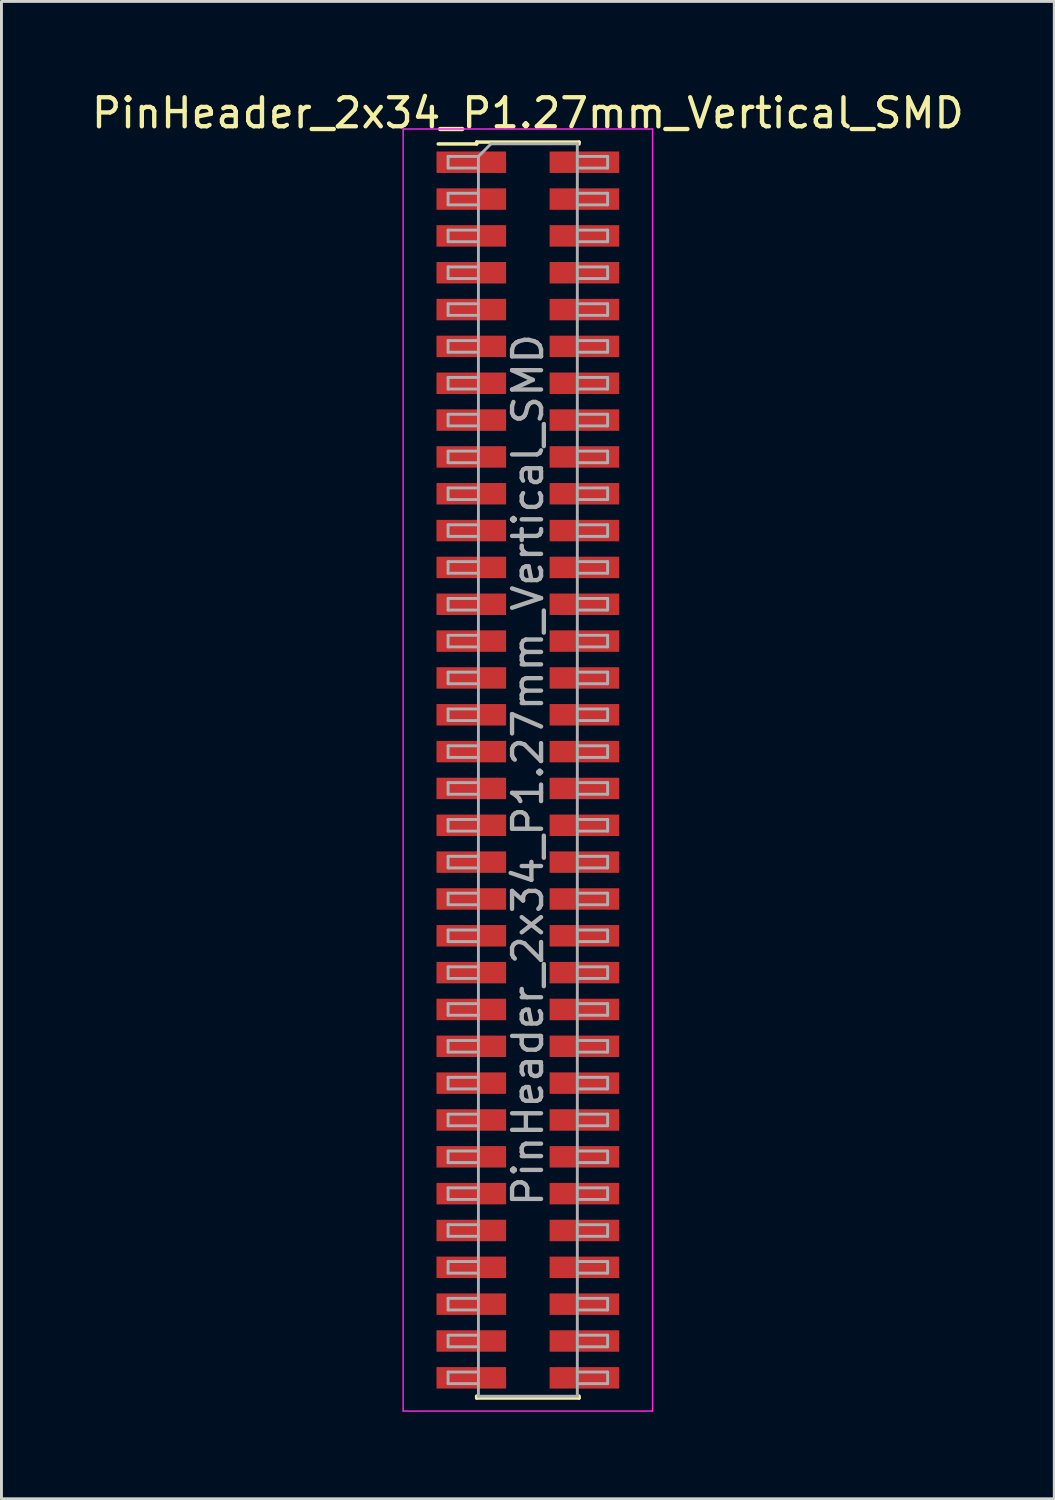
<source format=kicad_pcb>
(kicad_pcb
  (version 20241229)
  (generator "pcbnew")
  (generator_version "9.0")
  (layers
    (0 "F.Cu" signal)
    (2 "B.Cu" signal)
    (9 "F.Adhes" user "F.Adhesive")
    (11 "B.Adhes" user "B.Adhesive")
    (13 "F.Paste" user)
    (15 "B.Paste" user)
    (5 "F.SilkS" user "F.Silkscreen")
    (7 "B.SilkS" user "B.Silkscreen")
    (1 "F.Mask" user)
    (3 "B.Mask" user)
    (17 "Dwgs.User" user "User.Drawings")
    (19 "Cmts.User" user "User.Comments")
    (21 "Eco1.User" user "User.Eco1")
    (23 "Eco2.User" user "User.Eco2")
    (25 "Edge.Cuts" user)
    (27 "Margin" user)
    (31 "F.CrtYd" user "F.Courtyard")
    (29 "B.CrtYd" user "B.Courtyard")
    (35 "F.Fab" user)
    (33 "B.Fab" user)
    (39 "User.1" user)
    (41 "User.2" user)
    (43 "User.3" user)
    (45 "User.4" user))
  (footprint "PinHeader_2x34_P1.27mm_Vertical_SMD"
    (layer "F.Cu")
    (at 15.149 23.498)
    (property "Reference" "PinHeader_2x34_P1.27mm_Vertical_SMD" (at 0 -22.65 0) (layer "F.SilkS") (effects (font (size 1 1) (thickness 0.15))))
    (attr smd)
    (fp_line (start -3.09 -21.585) (end -1.765 -21.585) (stroke (width 0.12) (type solid)) (layer "F.SilkS"))
    (fp_line (start -1.765 -21.65) (end -1.765 -21.585) (stroke (width 0.12) (type solid)) (layer "F.SilkS"))
    (fp_line (start -1.765 -21.65) (end 1.765 -21.65) (stroke (width 0.12) (type solid)) (layer "F.SilkS"))
    (fp_line (start -1.765 21.585) (end -1.765 21.65) (stroke (width 0.12) (type solid)) (layer "F.SilkS"))
    (fp_line (start -1.765 21.65) (end 1.765 21.65) (stroke (width 0.12) (type solid)) (layer "F.SilkS"))
    (fp_line (start 1.765 -21.65) (end 1.765 -21.585) (stroke (width 0.12) (type solid)) (layer "F.SilkS"))
    (fp_line (start 1.765 21.585) (end 1.765 21.65) (stroke (width 0.12) (type solid)) (layer "F.SilkS"))
    (fp_line (start -4.3 -22.1) (end -4.3 22.1) (stroke (width 0.05) (type solid)) (layer "F.CrtYd"))
    (fp_line (start -4.3 22.1) (end 4.3 22.1) (stroke (width 0.05) (type solid)) (layer "F.CrtYd"))
    (fp_line (start 4.3 -22.1) (end -4.3 -22.1) (stroke (width 0.05) (type solid)) (layer "F.CrtYd"))
    (fp_line (start 4.3 22.1) (end 4.3 -22.1) (stroke (width 0.05) (type solid)) (layer "F.CrtYd"))
    (fp_line (start -2.75 -21.155) (end -2.75 -20.755) (stroke (width 0.1) (type solid)) (layer "F.Fab"))
    (fp_line (start -2.75 -20.755) (end -1.705 -20.755) (stroke (width 0.1) (type solid)) (layer "F.Fab"))
    (fp_line (start -2.75 -19.885) (end -2.75 -19.485) (stroke (width 0.1) (type solid)) (layer "F.Fab"))
    (fp_line (start -2.75 -19.485) (end -1.705 -19.485) (stroke (width 0.1) (type solid)) (layer "F.Fab"))
    (fp_line (start -2.75 -18.615) (end -2.75 -18.215) (stroke (width 0.1) (type solid)) (layer "F.Fab"))
    (fp_line (start -2.75 -18.215) (end -1.705 -18.215) (stroke (width 0.1) (type solid)) (layer "F.Fab"))
    (fp_line (start -2.75 -17.345) (end -2.75 -16.945) (stroke (width 0.1) (type solid)) (layer "F.Fab"))
    (fp_line (start -2.75 -16.945) (end -1.705 -16.945) (stroke (width 0.1) (type solid)) (layer "F.Fab"))
    (fp_line (start -2.75 -16.075) (end -2.75 -15.675) (stroke (width 0.1) (type solid)) (layer "F.Fab"))
    (fp_line (start -2.75 -15.675) (end -1.705 -15.675) (stroke (width 0.1) (type solid)) (layer "F.Fab"))
    (fp_line (start -2.75 -14.805) (end -2.75 -14.405) (stroke (width 0.1) (type solid)) (layer "F.Fab"))
    (fp_line (start -2.75 -14.405) (end -1.705 -14.405) (stroke (width 0.1) (type solid)) (layer "F.Fab"))
    (fp_line (start -2.75 -13.535) (end -2.75 -13.135) (stroke (width 0.1) (type solid)) (layer "F.Fab"))
    (fp_line (start -2.75 -13.135) (end -1.705 -13.135) (stroke (width 0.1) (type solid)) (layer "F.Fab"))
    (fp_line (start -2.75 -12.265) (end -2.75 -11.865) (stroke (width 0.1) (type solid)) (layer "F.Fab"))
    (fp_line (start -2.75 -11.865) (end -1.705 -11.865) (stroke (width 0.1) (type solid)) (layer "F.Fab"))
    (fp_line (start -2.75 -10.995) (end -2.75 -10.595) (stroke (width 0.1) (type solid)) (layer "F.Fab"))
    (fp_line (start -2.75 -10.595) (end -1.705 -10.595) (stroke (width 0.1) (type solid)) (layer "F.Fab"))
    (fp_line (start -2.75 -9.725) (end -2.75 -9.325) (stroke (width 0.1) (type solid)) (layer "F.Fab"))
    (fp_line (start -2.75 -9.325) (end -1.705 -9.325) (stroke (width 0.1) (type solid)) (layer "F.Fab"))
    (fp_line (start -2.75 -8.455) (end -2.75 -8.055) (stroke (width 0.1) (type solid)) (layer "F.Fab"))
    (fp_line (start -2.75 -8.055) (end -1.705 -8.055) (stroke (width 0.1) (type solid)) (layer "F.Fab"))
    (fp_line (start -2.75 -7.185) (end -2.75 -6.785) (stroke (width 0.1) (type solid)) (layer "F.Fab"))
    (fp_line (start -2.75 -6.785) (end -1.705 -6.785) (stroke (width 0.1) (type solid)) (layer "F.Fab"))
    (fp_line (start -2.75 -5.915) (end -2.75 -5.515) (stroke (width 0.1) (type solid)) (layer "F.Fab"))
    (fp_line (start -2.75 -5.515) (end -1.705 -5.515) (stroke (width 0.1) (type solid)) (layer "F.Fab"))
    (fp_line (start -2.75 -4.645) (end -2.75 -4.245) (stroke (width 0.1) (type solid)) (layer "F.Fab"))
    (fp_line (start -2.75 -4.245) (end -1.705 -4.245) (stroke (width 0.1) (type solid)) (layer "F.Fab"))
    (fp_line (start -2.75 -3.375) (end -2.75 -2.975) (stroke (width 0.1) (type solid)) (layer "F.Fab"))
    (fp_line (start -2.75 -2.975) (end -1.705 -2.975) (stroke (width 0.1) (type solid)) (layer "F.Fab"))
    (fp_line (start -2.75 -2.105) (end -2.75 -1.705) (stroke (width 0.1) (type solid)) (layer "F.Fab"))
    (fp_line (start -2.75 -1.705) (end -1.705 -1.705) (stroke (width 0.1) (type solid)) (layer "F.Fab"))
    (fp_line (start -2.75 -0.835) (end -2.75 -0.435) (stroke (width 0.1) (type solid)) (layer "F.Fab"))
    (fp_line (start -2.75 -0.435) (end -1.705 -0.435) (stroke (width 0.1) (type solid)) (layer "F.Fab"))
    (fp_line (start -2.75 0.435) (end -2.75 0.835) (stroke (width 0.1) (type solid)) (layer "F.Fab"))
    (fp_line (start -2.75 0.835) (end -1.705 0.835) (stroke (width 0.1) (type solid)) (layer "F.Fab"))
    (fp_line (start -2.75 1.705) (end -2.75 2.105) (stroke (width 0.1) (type solid)) (layer "F.Fab"))
    (fp_line (start -2.75 2.105) (end -1.705 2.105) (stroke (width 0.1) (type solid)) (layer "F.Fab"))
    (fp_line (start -2.75 2.975) (end -2.75 3.375) (stroke (width 0.1) (type solid)) (layer "F.Fab"))
    (fp_line (start -2.75 3.375) (end -1.705 3.375) (stroke (width 0.1) (type solid)) (layer "F.Fab"))
    (fp_line (start -2.75 4.245) (end -2.75 4.645) (stroke (width 0.1) (type solid)) (layer "F.Fab"))
    (fp_line (start -2.75 4.645) (end -1.705 4.645) (stroke (width 0.1) (type solid)) (layer "F.Fab"))
    (fp_line (start -2.75 5.515) (end -2.75 5.915) (stroke (width 0.1) (type solid)) (layer "F.Fab"))
    (fp_line (start -2.75 5.915) (end -1.705 5.915) (stroke (width 0.1) (type solid)) (layer "F.Fab"))
    (fp_line (start -2.75 6.785) (end -2.75 7.185) (stroke (width 0.1) (type solid)) (layer "F.Fab"))
    (fp_line (start -2.75 7.185) (end -1.705 7.185) (stroke (width 0.1) (type solid)) (layer "F.Fab"))
    (fp_line (start -2.75 8.055) (end -2.75 8.455) (stroke (width 0.1) (type solid)) (layer "F.Fab"))
    (fp_line (start -2.75 8.455) (end -1.705 8.455) (stroke (width 0.1) (type solid)) (layer "F.Fab"))
    (fp_line (start -2.75 9.325) (end -2.75 9.725) (stroke (width 0.1) (type solid)) (layer "F.Fab"))
    (fp_line (start -2.75 9.725) (end -1.705 9.725) (stroke (width 0.1) (type solid)) (layer "F.Fab"))
    (fp_line (start -2.75 10.595) (end -2.75 10.995) (stroke (width 0.1) (type solid)) (layer "F.Fab"))
    (fp_line (start -2.75 10.995) (end -1.705 10.995) (stroke (width 0.1) (type solid)) (layer "F.Fab"))
    (fp_line (start -2.75 11.865) (end -2.75 12.265) (stroke (width 0.1) (type solid)) (layer "F.Fab"))
    (fp_line (start -2.75 12.265) (end -1.705 12.265) (stroke (width 0.1) (type solid)) (layer "F.Fab"))
    (fp_line (start -2.75 13.135) (end -2.75 13.535) (stroke (width 0.1) (type solid)) (layer "F.Fab"))
    (fp_line (start -2.75 13.535) (end -1.705 13.535) (stroke (width 0.1) (type solid)) (layer "F.Fab"))
    (fp_line (start -2.75 14.405) (end -2.75 14.805) (stroke (width 0.1) (type solid)) (layer "F.Fab"))
    (fp_line (start -2.75 14.805) (end -1.705 14.805) (stroke (width 0.1) (type solid)) (layer "F.Fab"))
    (fp_line (start -2.75 15.675) (end -2.75 16.075) (stroke (width 0.1) (type solid)) (layer "F.Fab"))
    (fp_line (start -2.75 16.075) (end -1.705 16.075) (stroke (width 0.1) (type solid)) (layer "F.Fab"))
    (fp_line (start -2.75 16.945) (end -2.75 17.345) (stroke (width 0.1) (type solid)) (layer "F.Fab"))
    (fp_line (start -2.75 17.345) (end -1.705 17.345) (stroke (width 0.1) (type solid)) (layer "F.Fab"))
    (fp_line (start -2.75 18.215) (end -2.75 18.615) (stroke (width 0.1) (type solid)) (layer "F.Fab"))
    (fp_line (start -2.75 18.615) (end -1.705 18.615) (stroke (width 0.1) (type solid)) (layer "F.Fab"))
    (fp_line (start -2.75 19.485) (end -2.75 19.885) (stroke (width 0.1) (type solid)) (layer "F.Fab"))
    (fp_line (start -2.75 19.885) (end -1.705 19.885) (stroke (width 0.1) (type solid)) (layer "F.Fab"))
    (fp_line (start -2.75 20.755) (end -2.75 21.155) (stroke (width 0.1) (type solid)) (layer "F.Fab"))
    (fp_line (start -2.75 21.155) (end -1.705 21.155) (stroke (width 0.1) (type solid)) (layer "F.Fab"))
    (fp_line (start -1.705 -21.155) (end -2.75 -21.155) (stroke (width 0.1) (type solid)) (layer "F.Fab"))
    (fp_line (start -1.705 -21.155) (end -1.27 -21.59) (stroke (width 0.1) (type solid)) (layer "F.Fab"))
    (fp_line (start -1.705 -19.885) (end -2.75 -19.885) (stroke (width 0.1) (type solid)) (layer "F.Fab"))
    (fp_line (start -1.705 -18.615) (end -2.75 -18.615) (stroke (width 0.1) (type solid)) (layer "F.Fab"))
    (fp_line (start -1.705 -17.345) (end -2.75 -17.345) (stroke (width 0.1) (type solid)) (layer "F.Fab"))
    (fp_line (start -1.705 -16.075) (end -2.75 -16.075) (stroke (width 0.1) (type solid)) (layer "F.Fab"))
    (fp_line (start -1.705 -14.805) (end -2.75 -14.805) (stroke (width 0.1) (type solid)) (layer "F.Fab"))
    (fp_line (start -1.705 -13.535) (end -2.75 -13.535) (stroke (width 0.1) (type solid)) (layer "F.Fab"))
    (fp_line (start -1.705 -12.265) (end -2.75 -12.265) (stroke (width 0.1) (type solid)) (layer "F.Fab"))
    (fp_line (start -1.705 -10.995) (end -2.75 -10.995) (stroke (width 0.1) (type solid)) (layer "F.Fab"))
    (fp_line (start -1.705 -9.725) (end -2.75 -9.725) (stroke (width 0.1) (type solid)) (layer "F.Fab"))
    (fp_line (start -1.705 -8.455) (end -2.75 -8.455) (stroke (width 0.1) (type solid)) (layer "F.Fab"))
    (fp_line (start -1.705 -7.185) (end -2.75 -7.185) (stroke (width 0.1) (type solid)) (layer "F.Fab"))
    (fp_line (start -1.705 -5.915) (end -2.75 -5.915) (stroke (width 0.1) (type solid)) (layer "F.Fab"))
    (fp_line (start -1.705 -4.645) (end -2.75 -4.645) (stroke (width 0.1) (type solid)) (layer "F.Fab"))
    (fp_line (start -1.705 -3.375) (end -2.75 -3.375) (stroke (width 0.1) (type solid)) (layer "F.Fab"))
    (fp_line (start -1.705 -2.105) (end -2.75 -2.105) (stroke (width 0.1) (type solid)) (layer "F.Fab"))
    (fp_line (start -1.705 -0.835) (end -2.75 -0.835) (stroke (width 0.1) (type solid)) (layer "F.Fab"))
    (fp_line (start -1.705 0.435) (end -2.75 0.435) (stroke (width 0.1) (type solid)) (layer "F.Fab"))
    (fp_line (start -1.705 1.705) (end -2.75 1.705) (stroke (width 0.1) (type solid)) (layer "F.Fab"))
    (fp_line (start -1.705 2.975) (end -2.75 2.975) (stroke (width 0.1) (type solid)) (layer "F.Fab"))
    (fp_line (start -1.705 4.245) (end -2.75 4.245) (stroke (width 0.1) (type solid)) (layer "F.Fab"))
    (fp_line (start -1.705 5.515) (end -2.75 5.515) (stroke (width 0.1) (type solid)) (layer "F.Fab"))
    (fp_line (start -1.705 6.785) (end -2.75 6.785) (stroke (width 0.1) (type solid)) (layer "F.Fab"))
    (fp_line (start -1.705 8.055) (end -2.75 8.055) (stroke (width 0.1) (type solid)) (layer "F.Fab"))
    (fp_line (start -1.705 9.325) (end -2.75 9.325) (stroke (width 0.1) (type solid)) (layer "F.Fab"))
    (fp_line (start -1.705 10.595) (end -2.75 10.595) (stroke (width 0.1) (type solid)) (layer "F.Fab"))
    (fp_line (start -1.705 11.865) (end -2.75 11.865) (stroke (width 0.1) (type solid)) (layer "F.Fab"))
    (fp_line (start -1.705 13.135) (end -2.75 13.135) (stroke (width 0.1) (type solid)) (layer "F.Fab"))
    (fp_line (start -1.705 14.405) (end -2.75 14.405) (stroke (width 0.1) (type solid)) (layer "F.Fab"))
    (fp_line (start -1.705 15.675) (end -2.75 15.675) (stroke (width 0.1) (type solid)) (layer "F.Fab"))
    (fp_line (start -1.705 16.945) (end -2.75 16.945) (stroke (width 0.1) (type solid)) (layer "F.Fab"))
    (fp_line (start -1.705 18.215) (end -2.75 18.215) (stroke (width 0.1) (type solid)) (layer "F.Fab"))
    (fp_line (start -1.705 19.485) (end -2.75 19.485) (stroke (width 0.1) (type solid)) (layer "F.Fab"))
    (fp_line (start -1.705 20.755) (end -2.75 20.755) (stroke (width 0.1) (type solid)) (layer "F.Fab"))
    (fp_line (start -1.705 21.59) (end -1.705 -21.155) (stroke (width 0.1) (type solid)) (layer "F.Fab"))
    (fp_line (start -1.27 -21.59) (end 1.705 -21.59) (stroke (width 0.1) (type solid)) (layer "F.Fab"))
    (fp_line (start 1.705 -21.59) (end 1.705 21.59) (stroke (width 0.1) (type solid)) (layer "F.Fab"))
    (fp_line (start 1.705 -21.155) (end 2.75 -21.155) (stroke (width 0.1) (type solid)) (layer "F.Fab"))
    (fp_line (start 1.705 -19.885) (end 2.75 -19.885) (stroke (width 0.1) (type solid)) (layer "F.Fab"))
    (fp_line (start 1.705 -18.615) (end 2.75 -18.615) (stroke (width 0.1) (type solid)) (layer "F.Fab"))
    (fp_line (start 1.705 -17.345) (end 2.75 -17.345) (stroke (width 0.1) (type solid)) (layer "F.Fab"))
    (fp_line (start 1.705 -16.075) (end 2.75 -16.075) (stroke (width 0.1) (type solid)) (layer "F.Fab"))
    (fp_line (start 1.705 -14.805) (end 2.75 -14.805) (stroke (width 0.1) (type solid)) (layer "F.Fab"))
    (fp_line (start 1.705 -13.535) (end 2.75 -13.535) (stroke (width 0.1) (type solid)) (layer "F.Fab"))
    (fp_line (start 1.705 -12.265) (end 2.75 -12.265) (stroke (width 0.1) (type solid)) (layer "F.Fab"))
    (fp_line (start 1.705 -10.995) (end 2.75 -10.995) (stroke (width 0.1) (type solid)) (layer "F.Fab"))
    (fp_line (start 1.705 -9.725) (end 2.75 -9.725) (stroke (width 0.1) (type solid)) (layer "F.Fab"))
    (fp_line (start 1.705 -8.455) (end 2.75 -8.455) (stroke (width 0.1) (type solid)) (layer "F.Fab"))
    (fp_line (start 1.705 -7.185) (end 2.75 -7.185) (stroke (width 0.1) (type solid)) (layer "F.Fab"))
    (fp_line (start 1.705 -5.915) (end 2.75 -5.915) (stroke (width 0.1) (type solid)) (layer "F.Fab"))
    (fp_line (start 1.705 -4.645) (end 2.75 -4.645) (stroke (width 0.1) (type solid)) (layer "F.Fab"))
    (fp_line (start 1.705 -3.375) (end 2.75 -3.375) (stroke (width 0.1) (type solid)) (layer "F.Fab"))
    (fp_line (start 1.705 -2.105) (end 2.75 -2.105) (stroke (width 0.1) (type solid)) (layer "F.Fab"))
    (fp_line (start 1.705 -0.835) (end 2.75 -0.835) (stroke (width 0.1) (type solid)) (layer "F.Fab"))
    (fp_line (start 1.705 0.435) (end 2.75 0.435) (stroke (width 0.1) (type solid)) (layer "F.Fab"))
    (fp_line (start 1.705 1.705) (end 2.75 1.705) (stroke (width 0.1) (type solid)) (layer "F.Fab"))
    (fp_line (start 1.705 2.975) (end 2.75 2.975) (stroke (width 0.1) (type solid)) (layer "F.Fab"))
    (fp_line (start 1.705 4.245) (end 2.75 4.245) (stroke (width 0.1) (type solid)) (layer "F.Fab"))
    (fp_line (start 1.705 5.515) (end 2.75 5.515) (stroke (width 0.1) (type solid)) (layer "F.Fab"))
    (fp_line (start 1.705 6.785) (end 2.75 6.785) (stroke (width 0.1) (type solid)) (layer "F.Fab"))
    (fp_line (start 1.705 8.055) (end 2.75 8.055) (stroke (width 0.1) (type solid)) (layer "F.Fab"))
    (fp_line (start 1.705 9.325) (end 2.75 9.325) (stroke (width 0.1) (type solid)) (layer "F.Fab"))
    (fp_line (start 1.705 10.595) (end 2.75 10.595) (stroke (width 0.1) (type solid)) (layer "F.Fab"))
    (fp_line (start 1.705 11.865) (end 2.75 11.865) (stroke (width 0.1) (type solid)) (layer "F.Fab"))
    (fp_line (start 1.705 13.135) (end 2.75 13.135) (stroke (width 0.1) (type solid)) (layer "F.Fab"))
    (fp_line (start 1.705 14.405) (end 2.75 14.405) (stroke (width 0.1) (type solid)) (layer "F.Fab"))
    (fp_line (start 1.705 15.675) (end 2.75 15.675) (stroke (width 0.1) (type solid)) (layer "F.Fab"))
    (fp_line (start 1.705 16.945) (end 2.75 16.945) (stroke (width 0.1) (type solid)) (layer "F.Fab"))
    (fp_line (start 1.705 18.215) (end 2.75 18.215) (stroke (width 0.1) (type solid)) (layer "F.Fab"))
    (fp_line (start 1.705 19.485) (end 2.75 19.485) (stroke (width 0.1) (type solid)) (layer "F.Fab"))
    (fp_line (start 1.705 20.755) (end 2.75 20.755) (stroke (width 0.1) (type solid)) (layer "F.Fab"))
    (fp_line (start 1.705 21.59) (end -1.705 21.59) (stroke (width 0.1) (type solid)) (layer "F.Fab"))
    (fp_line (start 2.75 -21.155) (end 2.75 -20.755) (stroke (width 0.1) (type solid)) (layer "F.Fab"))
    (fp_line (start 2.75 -20.755) (end 1.705 -20.755) (stroke (width 0.1) (type solid)) (layer "F.Fab"))
    (fp_line (start 2.75 -19.885) (end 2.75 -19.485) (stroke (width 0.1) (type solid)) (layer "F.Fab"))
    (fp_line (start 2.75 -19.485) (end 1.705 -19.485) (stroke (width 0.1) (type solid)) (layer "F.Fab"))
    (fp_line (start 2.75 -18.615) (end 2.75 -18.215) (stroke (width 0.1) (type solid)) (layer "F.Fab"))
    (fp_line (start 2.75 -18.215) (end 1.705 -18.215) (stroke (width 0.1) (type solid)) (layer "F.Fab"))
    (fp_line (start 2.75 -17.345) (end 2.75 -16.945) (stroke (width 0.1) (type solid)) (layer "F.Fab"))
    (fp_line (start 2.75 -16.945) (end 1.705 -16.945) (stroke (width 0.1) (type solid)) (layer "F.Fab"))
    (fp_line (start 2.75 -16.075) (end 2.75 -15.675) (stroke (width 0.1) (type solid)) (layer "F.Fab"))
    (fp_line (start 2.75 -15.675) (end 1.705 -15.675) (stroke (width 0.1) (type solid)) (layer "F.Fab"))
    (fp_line (start 2.75 -14.805) (end 2.75 -14.405) (stroke (width 0.1) (type solid)) (layer "F.Fab"))
    (fp_line (start 2.75 -14.405) (end 1.705 -14.405) (stroke (width 0.1) (type solid)) (layer "F.Fab"))
    (fp_line (start 2.75 -13.535) (end 2.75 -13.135) (stroke (width 0.1) (type solid)) (layer "F.Fab"))
    (fp_line (start 2.75 -13.135) (end 1.705 -13.135) (stroke (width 0.1) (type solid)) (layer "F.Fab"))
    (fp_line (start 2.75 -12.265) (end 2.75 -11.865) (stroke (width 0.1) (type solid)) (layer "F.Fab"))
    (fp_line (start 2.75 -11.865) (end 1.705 -11.865) (stroke (width 0.1) (type solid)) (layer "F.Fab"))
    (fp_line (start 2.75 -10.995) (end 2.75 -10.595) (stroke (width 0.1) (type solid)) (layer "F.Fab"))
    (fp_line (start 2.75 -10.595) (end 1.705 -10.595) (stroke (width 0.1) (type solid)) (layer "F.Fab"))
    (fp_line (start 2.75 -9.725) (end 2.75 -9.325) (stroke (width 0.1) (type solid)) (layer "F.Fab"))
    (fp_line (start 2.75 -9.325) (end 1.705 -9.325) (stroke (width 0.1) (type solid)) (layer "F.Fab"))
    (fp_line (start 2.75 -8.455) (end 2.75 -8.055) (stroke (width 0.1) (type solid)) (layer "F.Fab"))
    (fp_line (start 2.75 -8.055) (end 1.705 -8.055) (stroke (width 0.1) (type solid)) (layer "F.Fab"))
    (fp_line (start 2.75 -7.185) (end 2.75 -6.785) (stroke (width 0.1) (type solid)) (layer "F.Fab"))
    (fp_line (start 2.75 -6.785) (end 1.705 -6.785) (stroke (width 0.1) (type solid)) (layer "F.Fab"))
    (fp_line (start 2.75 -5.915) (end 2.75 -5.515) (stroke (width 0.1) (type solid)) (layer "F.Fab"))
    (fp_line (start 2.75 -5.515) (end 1.705 -5.515) (stroke (width 0.1) (type solid)) (layer "F.Fab"))
    (fp_line (start 2.75 -4.645) (end 2.75 -4.245) (stroke (width 0.1) (type solid)) (layer "F.Fab"))
    (fp_line (start 2.75 -4.245) (end 1.705 -4.245) (stroke (width 0.1) (type solid)) (layer "F.Fab"))
    (fp_line (start 2.75 -3.375) (end 2.75 -2.975) (stroke (width 0.1) (type solid)) (layer "F.Fab"))
    (fp_line (start 2.75 -2.975) (end 1.705 -2.975) (stroke (width 0.1) (type solid)) (layer "F.Fab"))
    (fp_line (start 2.75 -2.105) (end 2.75 -1.705) (stroke (width 0.1) (type solid)) (layer "F.Fab"))
    (fp_line (start 2.75 -1.705) (end 1.705 -1.705) (stroke (width 0.1) (type solid)) (layer "F.Fab"))
    (fp_line (start 2.75 -0.835) (end 2.75 -0.435) (stroke (width 0.1) (type solid)) (layer "F.Fab"))
    (fp_line (start 2.75 -0.435) (end 1.705 -0.435) (stroke (width 0.1) (type solid)) (layer "F.Fab"))
    (fp_line (start 2.75 0.435) (end 2.75 0.835) (stroke (width 0.1) (type solid)) (layer "F.Fab"))
    (fp_line (start 2.75 0.835) (end 1.705 0.835) (stroke (width 0.1) (type solid)) (layer "F.Fab"))
    (fp_line (start 2.75 1.705) (end 2.75 2.105) (stroke (width 0.1) (type solid)) (layer "F.Fab"))
    (fp_line (start 2.75 2.105) (end 1.705 2.105) (stroke (width 0.1) (type solid)) (layer "F.Fab"))
    (fp_line (start 2.75 2.975) (end 2.75 3.375) (stroke (width 0.1) (type solid)) (layer "F.Fab"))
    (fp_line (start 2.75 3.375) (end 1.705 3.375) (stroke (width 0.1) (type solid)) (layer "F.Fab"))
    (fp_line (start 2.75 4.245) (end 2.75 4.645) (stroke (width 0.1) (type solid)) (layer "F.Fab"))
    (fp_line (start 2.75 4.645) (end 1.705 4.645) (stroke (width 0.1) (type solid)) (layer "F.Fab"))
    (fp_line (start 2.75 5.515) (end 2.75 5.915) (stroke (width 0.1) (type solid)) (layer "F.Fab"))
    (fp_line (start 2.75 5.915) (end 1.705 5.915) (stroke (width 0.1) (type solid)) (layer "F.Fab"))
    (fp_line (start 2.75 6.785) (end 2.75 7.185) (stroke (width 0.1) (type solid)) (layer "F.Fab"))
    (fp_line (start 2.75 7.185) (end 1.705 7.185) (stroke (width 0.1) (type solid)) (layer "F.Fab"))
    (fp_line (start 2.75 8.055) (end 2.75 8.455) (stroke (width 0.1) (type solid)) (layer "F.Fab"))
    (fp_line (start 2.75 8.455) (end 1.705 8.455) (stroke (width 0.1) (type solid)) (layer "F.Fab"))
    (fp_line (start 2.75 9.325) (end 2.75 9.725) (stroke (width 0.1) (type solid)) (layer "F.Fab"))
    (fp_line (start 2.75 9.725) (end 1.705 9.725) (stroke (width 0.1) (type solid)) (layer "F.Fab"))
    (fp_line (start 2.75 10.595) (end 2.75 10.995) (stroke (width 0.1) (type solid)) (layer "F.Fab"))
    (fp_line (start 2.75 10.995) (end 1.705 10.995) (stroke (width 0.1) (type solid)) (layer "F.Fab"))
    (fp_line (start 2.75 11.865) (end 2.75 12.265) (stroke (width 0.1) (type solid)) (layer "F.Fab"))
    (fp_line (start 2.75 12.265) (end 1.705 12.265) (stroke (width 0.1) (type solid)) (layer "F.Fab"))
    (fp_line (start 2.75 13.135) (end 2.75 13.535) (stroke (width 0.1) (type solid)) (layer "F.Fab"))
    (fp_line (start 2.75 13.535) (end 1.705 13.535) (stroke (width 0.1) (type solid)) (layer "F.Fab"))
    (fp_line (start 2.75 14.405) (end 2.75 14.805) (stroke (width 0.1) (type solid)) (layer "F.Fab"))
    (fp_line (start 2.75 14.805) (end 1.705 14.805) (stroke (width 0.1) (type solid)) (layer "F.Fab"))
    (fp_line (start 2.75 15.675) (end 2.75 16.075) (stroke (width 0.1) (type solid)) (layer "F.Fab"))
    (fp_line (start 2.75 16.075) (end 1.705 16.075) (stroke (width 0.1) (type solid)) (layer "F.Fab"))
    (fp_line (start 2.75 16.945) (end 2.75 17.345) (stroke (width 0.1) (type solid)) (layer "F.Fab"))
    (fp_line (start 2.75 17.345) (end 1.705 17.345) (stroke (width 0.1) (type solid)) (layer "F.Fab"))
    (fp_line (start 2.75 18.215) (end 2.75 18.615) (stroke (width 0.1) (type solid)) (layer "F.Fab"))
    (fp_line (start 2.75 18.615) (end 1.705 18.615) (stroke (width 0.1) (type solid)) (layer "F.Fab"))
    (fp_line (start 2.75 19.485) (end 2.75 19.885) (stroke (width 0.1) (type solid)) (layer "F.Fab"))
    (fp_line (start 2.75 19.885) (end 1.705 19.885) (stroke (width 0.1) (type solid)) (layer "F.Fab"))
    (fp_line (start 2.75 20.755) (end 2.75 21.155) (stroke (width 0.1) (type solid)) (layer "F.Fab"))
    (fp_line (start 2.75 21.155) (end 1.705 21.155) (stroke (width 0.1) (type solid)) (layer "F.Fab"))
    (fp_text user "${REFERENCE}" (at 0 0 90) (layer "F.Fab") (effects (font (size 1 1) (thickness 0.15))))
    (pad "1" smd rect (at -1.95 -20.955) (size 2.4 0.74) (layers "F.Cu" "F.Mask" "F.Paste"))
    (pad "2" smd rect (at 1.95 -20.955) (size 2.4 0.74) (layers "F.Cu" "F.Mask" "F.Paste"))
    (pad "3" smd rect (at -1.95 -19.685) (size 2.4 0.74) (layers "F.Cu" "F.Mask" "F.Paste"))
    (pad "4" smd rect (at 1.95 -19.685) (size 2.4 0.74) (layers "F.Cu" "F.Mask" "F.Paste"))
    (pad "5" smd rect (at -1.95 -18.415) (size 2.4 0.74) (layers "F.Cu" "F.Mask" "F.Paste"))
    (pad "6" smd rect (at 1.95 -18.415) (size 2.4 0.74) (layers "F.Cu" "F.Mask" "F.Paste"))
    (pad "7" smd rect (at -1.95 -17.145) (size 2.4 0.74) (layers "F.Cu" "F.Mask" "F.Paste"))
    (pad "8" smd rect (at 1.95 -17.145) (size 2.4 0.74) (layers "F.Cu" "F.Mask" "F.Paste"))
    (pad "9" smd rect (at -1.95 -15.875) (size 2.4 0.74) (layers "F.Cu" "F.Mask" "F.Paste"))
    (pad "10" smd rect (at 1.95 -15.875) (size 2.4 0.74) (layers "F.Cu" "F.Mask" "F.Paste"))
    (pad "11" smd rect (at -1.95 -14.605) (size 2.4 0.74) (layers "F.Cu" "F.Mask" "F.Paste"))
    (pad "12" smd rect (at 1.95 -14.605) (size 2.4 0.74) (layers "F.Cu" "F.Mask" "F.Paste"))
    (pad "13" smd rect (at -1.95 -13.335) (size 2.4 0.74) (layers "F.Cu" "F.Mask" "F.Paste"))
    (pad "14" smd rect (at 1.95 -13.335) (size 2.4 0.74) (layers "F.Cu" "F.Mask" "F.Paste"))
    (pad "15" smd rect (at -1.95 -12.065) (size 2.4 0.74) (layers "F.Cu" "F.Mask" "F.Paste"))
    (pad "16" smd rect (at 1.95 -12.065) (size 2.4 0.74) (layers "F.Cu" "F.Mask" "F.Paste"))
    (pad "17" smd rect (at -1.95 -10.795) (size 2.4 0.74) (layers "F.Cu" "F.Mask" "F.Paste"))
    (pad "18" smd rect (at 1.95 -10.795) (size 2.4 0.74) (layers "F.Cu" "F.Mask" "F.Paste"))
    (pad "19" smd rect (at -1.95 -9.525) (size 2.4 0.74) (layers "F.Cu" "F.Mask" "F.Paste"))
    (pad "20" smd rect (at 1.95 -9.525) (size 2.4 0.74) (layers "F.Cu" "F.Mask" "F.Paste"))
    (pad "21" smd rect (at -1.95 -8.255) (size 2.4 0.74) (layers "F.Cu" "F.Mask" "F.Paste"))
    (pad "22" smd rect (at 1.95 -8.255) (size 2.4 0.74) (layers "F.Cu" "F.Mask" "F.Paste"))
    (pad "23" smd rect (at -1.95 -6.985) (size 2.4 0.74) (layers "F.Cu" "F.Mask" "F.Paste"))
    (pad "24" smd rect (at 1.95 -6.985) (size 2.4 0.74) (layers "F.Cu" "F.Mask" "F.Paste"))
    (pad "25" smd rect (at -1.95 -5.715) (size 2.4 0.74) (layers "F.Cu" "F.Mask" "F.Paste"))
    (pad "26" smd rect (at 1.95 -5.715) (size 2.4 0.74) (layers "F.Cu" "F.Mask" "F.Paste"))
    (pad "27" smd rect (at -1.95 -4.445) (size 2.4 0.74) (layers "F.Cu" "F.Mask" "F.Paste"))
    (pad "28" smd rect (at 1.95 -4.445) (size 2.4 0.74) (layers "F.Cu" "F.Mask" "F.Paste"))
    (pad "29" smd rect (at -1.95 -3.175) (size 2.4 0.74) (layers "F.Cu" "F.Mask" "F.Paste"))
    (pad "30" smd rect (at 1.95 -3.175) (size 2.4 0.74) (layers "F.Cu" "F.Mask" "F.Paste"))
    (pad "31" smd rect (at -1.95 -1.905) (size 2.4 0.74) (layers "F.Cu" "F.Mask" "F.Paste"))
    (pad "32" smd rect (at 1.95 -1.905) (size 2.4 0.74) (layers "F.Cu" "F.Mask" "F.Paste"))
    (pad "33" smd rect (at -1.95 -0.635) (size 2.4 0.74) (layers "F.Cu" "F.Mask" "F.Paste"))
    (pad "34" smd rect (at 1.95 -0.635) (size 2.4 0.74) (layers "F.Cu" "F.Mask" "F.Paste"))
    (pad "35" smd rect (at -1.95 0.635) (size 2.4 0.74) (layers "F.Cu" "F.Mask" "F.Paste"))
    (pad "36" smd rect (at 1.95 0.635) (size 2.4 0.74) (layers "F.Cu" "F.Mask" "F.Paste"))
    (pad "37" smd rect (at -1.95 1.905) (size 2.4 0.74) (layers "F.Cu" "F.Mask" "F.Paste"))
    (pad "38" smd rect (at 1.95 1.905) (size 2.4 0.74) (layers "F.Cu" "F.Mask" "F.Paste"))
    (pad "39" smd rect (at -1.95 3.175) (size 2.4 0.74) (layers "F.Cu" "F.Mask" "F.Paste"))
    (pad "40" smd rect (at 1.95 3.175) (size 2.4 0.74) (layers "F.Cu" "F.Mask" "F.Paste"))
    (pad "41" smd rect (at -1.95 4.445) (size 2.4 0.74) (layers "F.Cu" "F.Mask" "F.Paste"))
    (pad "42" smd rect (at 1.95 4.445) (size 2.4 0.74) (layers "F.Cu" "F.Mask" "F.Paste"))
    (pad "43" smd rect (at -1.95 5.715) (size 2.4 0.74) (layers "F.Cu" "F.Mask" "F.Paste"))
    (pad "44" smd rect (at 1.95 5.715) (size 2.4 0.74) (layers "F.Cu" "F.Mask" "F.Paste"))
    (pad "45" smd rect (at -1.95 6.985) (size 2.4 0.74) (layers "F.Cu" "F.Mask" "F.Paste"))
    (pad "46" smd rect (at 1.95 6.985) (size 2.4 0.74) (layers "F.Cu" "F.Mask" "F.Paste"))
    (pad "47" smd rect (at -1.95 8.255) (size 2.4 0.74) (layers "F.Cu" "F.Mask" "F.Paste"))
    (pad "48" smd rect (at 1.95 8.255) (size 2.4 0.74) (layers "F.Cu" "F.Mask" "F.Paste"))
    (pad "49" smd rect (at -1.95 9.525) (size 2.4 0.74) (layers "F.Cu" "F.Mask" "F.Paste"))
    (pad "50" smd rect (at 1.95 9.525) (size 2.4 0.74) (layers "F.Cu" "F.Mask" "F.Paste"))
    (pad "51" smd rect (at -1.95 10.795) (size 2.4 0.74) (layers "F.Cu" "F.Mask" "F.Paste"))
    (pad "52" smd rect (at 1.95 10.795) (size 2.4 0.74) (layers "F.Cu" "F.Mask" "F.Paste"))
    (pad "53" smd rect (at -1.95 12.065) (size 2.4 0.74) (layers "F.Cu" "F.Mask" "F.Paste"))
    (pad "54" smd rect (at 1.95 12.065) (size 2.4 0.74) (layers "F.Cu" "F.Mask" "F.Paste"))
    (pad "55" smd rect (at -1.95 13.335) (size 2.4 0.74) (layers "F.Cu" "F.Mask" "F.Paste"))
    (pad "56" smd rect (at 1.95 13.335) (size 2.4 0.74) (layers "F.Cu" "F.Mask" "F.Paste"))
    (pad "57" smd rect (at -1.95 14.605) (size 2.4 0.74) (layers "F.Cu" "F.Mask" "F.Paste"))
    (pad "58" smd rect (at 1.95 14.605) (size 2.4 0.74) (layers "F.Cu" "F.Mask" "F.Paste"))
    (pad "59" smd rect (at -1.95 15.875) (size 2.4 0.74) (layers "F.Cu" "F.Mask" "F.Paste"))
    (pad "60" smd rect (at 1.95 15.875) (size 2.4 0.74) (layers "F.Cu" "F.Mask" "F.Paste"))
    (pad "61" smd rect (at -1.95 17.145) (size 2.4 0.74) (layers "F.Cu" "F.Mask" "F.Paste"))
    (pad "62" smd rect (at 1.95 17.145) (size 2.4 0.74) (layers "F.Cu" "F.Mask" "F.Paste"))
    (pad "63" smd rect (at -1.95 18.415) (size 2.4 0.74) (layers "F.Cu" "F.Mask" "F.Paste"))
    (pad "64" smd rect (at 1.95 18.415) (size 2.4 0.74) (layers "F.Cu" "F.Mask" "F.Paste"))
    (pad "65" smd rect (at -1.95 19.685) (size 2.4 0.74) (layers "F.Cu" "F.Mask" "F.Paste"))
    (pad "66" smd rect (at 1.95 19.685) (size 2.4 0.74) (layers "F.Cu" "F.Mask" "F.Paste"))
    (pad "67" smd rect (at -1.95 20.955) (size 2.4 0.74) (layers "F.Cu" "F.Mask" "F.Paste"))
    (pad "68" smd rect (at 1.95 20.955) (size 2.4 0.74) (layers "F.Cu" "F.Mask" "F.Paste")))
  (gr_rect
    (start -3 -3)
    (end 33.298 48.623)
    (stroke (width 0.1) (type default))
    (fill no)
    (layer "Edge.Cuts")))
</source>
